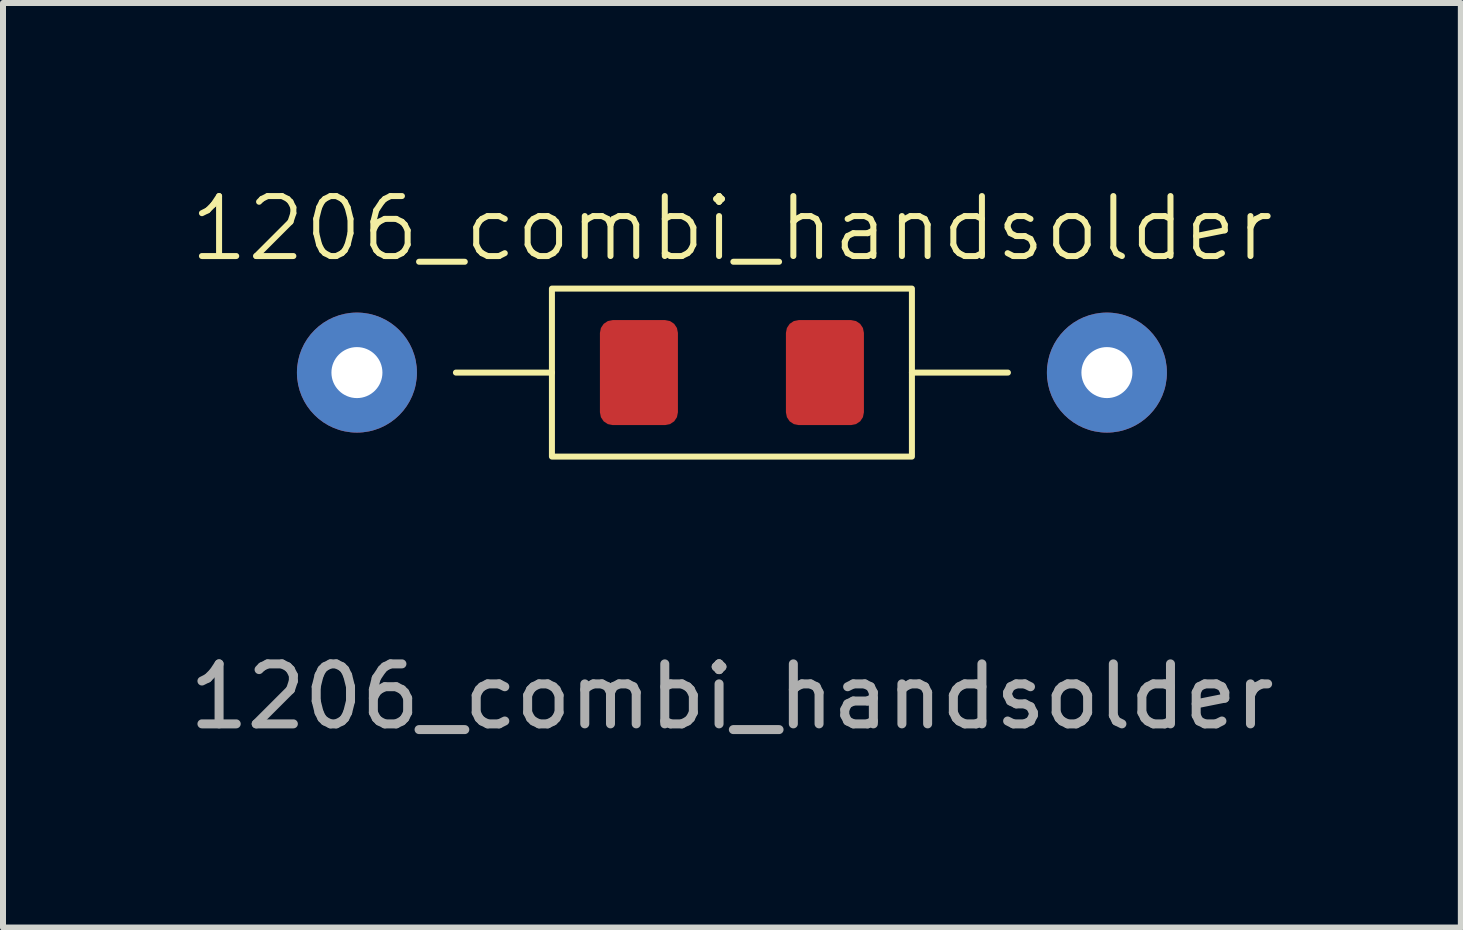
<source format=kicad_pcb>
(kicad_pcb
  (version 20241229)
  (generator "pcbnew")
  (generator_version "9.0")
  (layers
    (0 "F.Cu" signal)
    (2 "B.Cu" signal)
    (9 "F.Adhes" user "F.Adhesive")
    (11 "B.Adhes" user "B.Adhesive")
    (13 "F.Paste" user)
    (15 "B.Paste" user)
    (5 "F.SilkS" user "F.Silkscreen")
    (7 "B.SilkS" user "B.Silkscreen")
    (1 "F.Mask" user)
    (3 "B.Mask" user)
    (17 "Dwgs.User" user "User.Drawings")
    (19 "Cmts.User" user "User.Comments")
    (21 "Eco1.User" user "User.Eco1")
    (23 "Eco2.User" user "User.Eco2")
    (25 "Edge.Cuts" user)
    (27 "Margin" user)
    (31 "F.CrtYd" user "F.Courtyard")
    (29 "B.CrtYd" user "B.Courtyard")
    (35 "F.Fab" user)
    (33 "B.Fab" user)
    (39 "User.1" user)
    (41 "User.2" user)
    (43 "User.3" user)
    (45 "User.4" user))
  (footprint "1206_combi_handsolder"
    (layer "F.Cu")
    (at 9.149 3.16)
    (property "Reference" "1206_combi_handsolder" (at 0 -2.4 0) (unlocked yes) (layer "F.SilkS") (effects (font (size 1 1) (thickness 0.1))))
    (attr smd)
    (fp_line (start -3 0) (end -4.6 0) (stroke (width 0.1) (type default)) (layer "F.SilkS"))
    (fp_line (start 3 0) (end 4.6 0) (stroke (width 0.1) (type default)) (layer "F.SilkS"))
    (fp_rect (start -3 -1.4) (end 3 1.4) (stroke (width 0.1) (type default)) (fill no) (layer "F.SilkS"))
    (fp_text user "${REFERENCE}" (at 0 5.4 0) (unlocked yes) (layer "F.Fab") (effects (font (size 1 1) (thickness 0.15))))
    (pad "1" thru_hole circle (at -6.25 0) (size 2 2) (drill 0.85) (layers "*.Cu" "*.Mask"))
    (pad "1" smd roundrect (at -1.55 0) (size 1.3 1.75) (layers "F.Cu" "F.Mask" "F.Paste") (roundrect_rratio 0.164))
    (pad "2" smd roundrect (at 1.55 0) (size 1.3 1.75) (layers "F.Cu" "F.Mask" "F.Paste") (roundrect_rratio 0.164))
    (pad "2" thru_hole circle (at 6.25 0) (size 2 2) (drill 0.85) (layers "*.Cu" "*.Mask")))
  (gr_rect
    (start -3 -3)
    (end 21.298 12.409)
    (stroke (width 0.1) (type default))
    (fill no)
    (layer "Edge.Cuts")))
</source>
